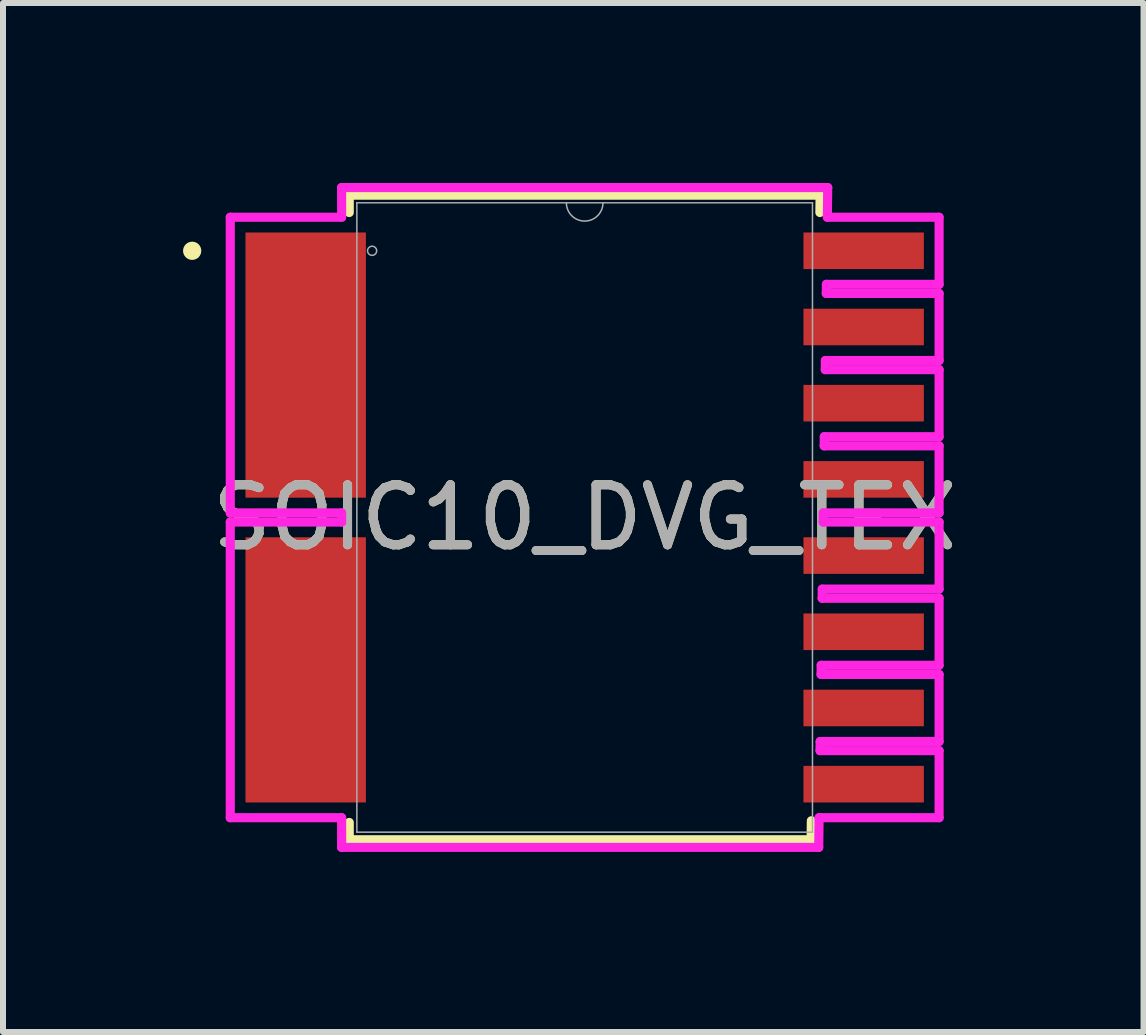
<source format=kicad_pcb>
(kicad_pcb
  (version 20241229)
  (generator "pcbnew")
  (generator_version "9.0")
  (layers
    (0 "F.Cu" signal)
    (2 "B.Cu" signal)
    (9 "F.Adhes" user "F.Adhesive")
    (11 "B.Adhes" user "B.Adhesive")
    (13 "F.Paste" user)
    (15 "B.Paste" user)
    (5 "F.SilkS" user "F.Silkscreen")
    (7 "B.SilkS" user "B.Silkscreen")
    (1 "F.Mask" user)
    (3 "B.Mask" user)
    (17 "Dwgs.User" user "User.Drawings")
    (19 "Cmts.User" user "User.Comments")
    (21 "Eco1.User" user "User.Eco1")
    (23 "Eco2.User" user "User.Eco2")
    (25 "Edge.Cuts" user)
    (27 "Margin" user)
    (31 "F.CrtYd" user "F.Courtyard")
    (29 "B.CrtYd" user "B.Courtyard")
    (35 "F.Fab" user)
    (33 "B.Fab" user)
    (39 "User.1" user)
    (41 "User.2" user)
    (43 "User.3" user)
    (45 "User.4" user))
  (footprint "SOIC10_DVG_TEX"
    (layer "F.Cu")
    (at 6.695 5.575)
    (property "Reference" "SOIC10_DVG_TEX" (at 0 0 0) (unlocked yes) (layer "F.SilkS") (effects (font (size 1 1) (thickness 0.15))))
    (attr smd)
    (fp_line (start -3.924 -5.372) (end 3.924 -5.372) (stroke (width 0.152) (type solid)) (layer "F.SilkS"))
    (fp_line (start -3.924 -5.083) (end -3.924 -5.372) (stroke (width 0.152) (type solid)) (layer "F.SilkS"))
    (fp_line (start -3.924 5.372) (end -3.924 5.083) (stroke (width 0.152) (type solid)) (layer "F.SilkS"))
    (fp_line (start 3.774 5.372) (end -3.924 5.372) (stroke (width 0.152) (type solid)) (layer "F.SilkS"))
    (fp_line (start 3.778 5.055) (end 3.774 5.372) (stroke (width 0.152) (type solid)) (layer "F.SilkS"))
    (fp_line (start 3.924 -5.372) (end 3.92 -5.083) (stroke (width 0.152) (type solid)) (layer "F.SilkS"))
    (fp_circle (center -6.542 -4.445) (end -6.466 -4.445) (stroke (width 0.152) (type solid)) (fill no) (layer "F.SilkS"))
    (fp_line (start -5.907 -5.004) (end -5.907 -0.076) (stroke (width 0.152) (type solid)) (layer "F.CrtYd"))
    (fp_line (start -5.907 -0.076) (end -4.051 -0.076) (stroke (width 0.152) (type solid)) (layer "F.CrtYd"))
    (fp_line (start -5.907 0.076) (end -5.907 5.004) (stroke (width 0.152) (type solid)) (layer "F.CrtYd"))
    (fp_line (start -5.907 5.004) (end -4.051 5.004) (stroke (width 0.152) (type solid)) (layer "F.CrtYd"))
    (fp_line (start -4.051 -5.499) (end -4.051 -5.004) (stroke (width 0.152) (type solid)) (layer "F.CrtYd"))
    (fp_line (start -4.051 -5.004) (end -5.907 -5.004) (stroke (width 0.152) (type solid)) (layer "F.CrtYd"))
    (fp_line (start -4.051 -0.076) (end -4.051 0.076) (stroke (width 0.152) (type solid)) (layer "F.CrtYd"))
    (fp_line (start -4.051 0.076) (end -5.907 0.076) (stroke (width 0.152) (type solid)) (layer "F.CrtYd"))
    (fp_line (start -4.051 5.004) (end -4.051 5.499) (stroke (width 0.152) (type solid)) (layer "F.CrtYd"))
    (fp_line (start -4.051 5.499) (end 3.901 5.499) (stroke (width 0.152) (type solid)) (layer "F.CrtYd"))
    (fp_line (start 3.901 5.499) (end 3.907 5.004) (stroke (width 0.152) (type solid)) (layer "F.CrtYd"))
    (fp_line (start 3.907 5.004) (end 5.907 5.004) (stroke (width 0.152) (type solid)) (layer "F.CrtYd"))
    (fp_line (start 3.923 3.886) (end 3.925 3.734) (stroke (width 0.152) (type solid)) (layer "F.CrtYd"))
    (fp_line (start 3.925 3.734) (end 5.907 3.734) (stroke (width 0.152) (type solid)) (layer "F.CrtYd"))
    (fp_line (start 3.94 2.616) (end 3.942 2.464) (stroke (width 0.152) (type solid)) (layer "F.CrtYd"))
    (fp_line (start 3.942 2.464) (end 5.907 2.464) (stroke (width 0.152) (type solid)) (layer "F.CrtYd"))
    (fp_line (start 3.958 1.346) (end 3.96 1.194) (stroke (width 0.152) (type solid)) (layer "F.CrtYd"))
    (fp_line (start 3.96 1.194) (end 5.907 1.194) (stroke (width 0.152) (type solid)) (layer "F.CrtYd"))
    (fp_line (start 3.975 0.076) (end 3.977 -0.076) (stroke (width 0.152) (type solid)) (layer "F.CrtYd"))
    (fp_line (start 3.977 -0.076) (end 5.907 -0.076) (stroke (width 0.152) (type solid)) (layer "F.CrtYd"))
    (fp_line (start 3.992 -1.194) (end 3.994 -1.346) (stroke (width 0.152) (type solid)) (layer "F.CrtYd"))
    (fp_line (start 3.994 -1.346) (end 5.907 -1.346) (stroke (width 0.152) (type solid)) (layer "F.CrtYd"))
    (fp_line (start 4.01 -2.464) (end 4.012 -2.616) (stroke (width 0.152) (type solid)) (layer "F.CrtYd"))
    (fp_line (start 4.012 -2.616) (end 5.907 -2.616) (stroke (width 0.152) (type solid)) (layer "F.CrtYd"))
    (fp_line (start 4.027 -3.734) (end 4.029 -3.886) (stroke (width 0.152) (type solid)) (layer "F.CrtYd"))
    (fp_line (start 4.029 -3.886) (end 5.907 -3.886) (stroke (width 0.152) (type solid)) (layer "F.CrtYd"))
    (fp_line (start 4.045 -5.004) (end 4.051 -5.499) (stroke (width 0.152) (type solid)) (layer "F.CrtYd"))
    (fp_line (start 4.051 -5.499) (end -4.051 -5.499) (stroke (width 0.152) (type solid)) (layer "F.CrtYd"))
    (fp_line (start 5.907 -5.004) (end 4.045 -5.004) (stroke (width 0.152) (type solid)) (layer "F.CrtYd"))
    (fp_line (start 5.907 -3.886) (end 5.907 -5.004) (stroke (width 0.152) (type solid)) (layer "F.CrtYd"))
    (fp_line (start 5.907 -3.734) (end 4.027 -3.734) (stroke (width 0.152) (type solid)) (layer "F.CrtYd"))
    (fp_line (start 5.907 -2.616) (end 5.907 -3.734) (stroke (width 0.152) (type solid)) (layer "F.CrtYd"))
    (fp_line (start 5.907 -2.464) (end 4.01 -2.464) (stroke (width 0.152) (type solid)) (layer "F.CrtYd"))
    (fp_line (start 5.907 -1.346) (end 5.907 -2.464) (stroke (width 0.152) (type solid)) (layer "F.CrtYd"))
    (fp_line (start 5.907 -1.194) (end 3.992 -1.194) (stroke (width 0.152) (type solid)) (layer "F.CrtYd"))
    (fp_line (start 5.907 -0.076) (end 5.907 -1.194) (stroke (width 0.152) (type solid)) (layer "F.CrtYd"))
    (fp_line (start 5.907 0.076) (end 3.975 0.076) (stroke (width 0.152) (type solid)) (layer "F.CrtYd"))
    (fp_line (start 5.907 1.194) (end 5.907 0.076) (stroke (width 0.152) (type solid)) (layer "F.CrtYd"))
    (fp_line (start 5.907 1.346) (end 3.958 1.346) (stroke (width 0.152) (type solid)) (layer "F.CrtYd"))
    (fp_line (start 5.907 2.464) (end 5.907 1.346) (stroke (width 0.152) (type solid)) (layer "F.CrtYd"))
    (fp_line (start 5.907 2.616) (end 3.94 2.616) (stroke (width 0.152) (type solid)) (layer "F.CrtYd"))
    (fp_line (start 5.907 3.734) (end 5.907 2.616) (stroke (width 0.152) (type solid)) (layer "F.CrtYd"))
    (fp_line (start 5.907 3.886) (end 3.923 3.886) (stroke (width 0.152) (type solid)) (layer "F.CrtYd"))
    (fp_line (start 5.907 5.004) (end 5.907 3.886) (stroke (width 0.152) (type solid)) (layer "F.CrtYd"))
    (fp_line (start -3.797 -5.245) (end -3.797 5.245) (stroke (width 0.025) (type solid)) (layer "F.Fab"))
    (fp_line (start -3.797 5.245) (end 3.797 5.245) (stroke (width 0.025) (type solid)) (layer "F.Fab"))
    (fp_line (start 3.797 -5.245) (end -3.797 -5.245) (stroke (width 0.025) (type solid)) (layer "F.Fab"))
    (fp_line (start 3.797 5.245) (end 3.797 -5.245) (stroke (width 0.025) (type solid)) (layer "F.Fab"))
    (fp_arc (start 0.3048 -5.2451) (mid 0 -4.9403) (end -0.3048 -5.2451) (stroke (width 0.0254) (type solid)) (layer "F.Fab"))
    (fp_circle (center -3.543 -4.445) (end -3.467 -4.445) (stroke (width 0.025) (type solid)) (fill no) (layer "F.Fab"))
    (fp_text user "${REFERENCE}" (at 0 0 0) (unlocked yes) (layer "F.Fab") (effects (font (size 1 1) (thickness 0.15))))
    (pad "1" smd rect (at -4.65 -2.54) (size 2.007 4.42) (layers "F.Cu" "F.Mask" "F.Paste"))
    (pad "2" smd rect (at -4.65 2.54) (size 2.007 4.42) (layers "F.Cu" "F.Mask" "F.Paste"))
    (pad "3" smd rect (at 4.65 4.445) (size 2.007 0.61) (layers "F.Cu" "F.Mask" "F.Paste"))
    (pad "4" smd rect (at 4.65 3.175) (size 2.007 0.61) (layers "F.Cu" "F.Mask" "F.Paste"))
    (pad "5" smd rect (at 4.65 1.905) (size 2.007 0.61) (layers "F.Cu" "F.Mask" "F.Paste"))
    (pad "6" smd rect (at 4.65 0.635) (size 2.007 0.61) (layers "F.Cu" "F.Mask" "F.Paste"))
    (pad "7" smd rect (at 4.65 -0.635) (size 2.007 0.61) (layers "F.Cu" "F.Mask" "F.Paste"))
    (pad "8" smd rect (at 4.65 -1.905) (size 2.007 0.61) (layers "F.Cu" "F.Mask" "F.Paste"))
    (pad "9" smd rect (at 4.65 -3.175) (size 2.007 0.61) (layers "F.Cu" "F.Mask" "F.Paste"))
    (pad "10" smd rect (at 4.65 -4.445) (size 2.007 0.61) (layers "F.Cu" "F.Mask" "F.Paste")))
  (gr_rect
    (start -3 -3)
    (end 16.01 14.151)
    (stroke (width 0.1) (type default))
    (fill no)
    (layer "Edge.Cuts")))
</source>
